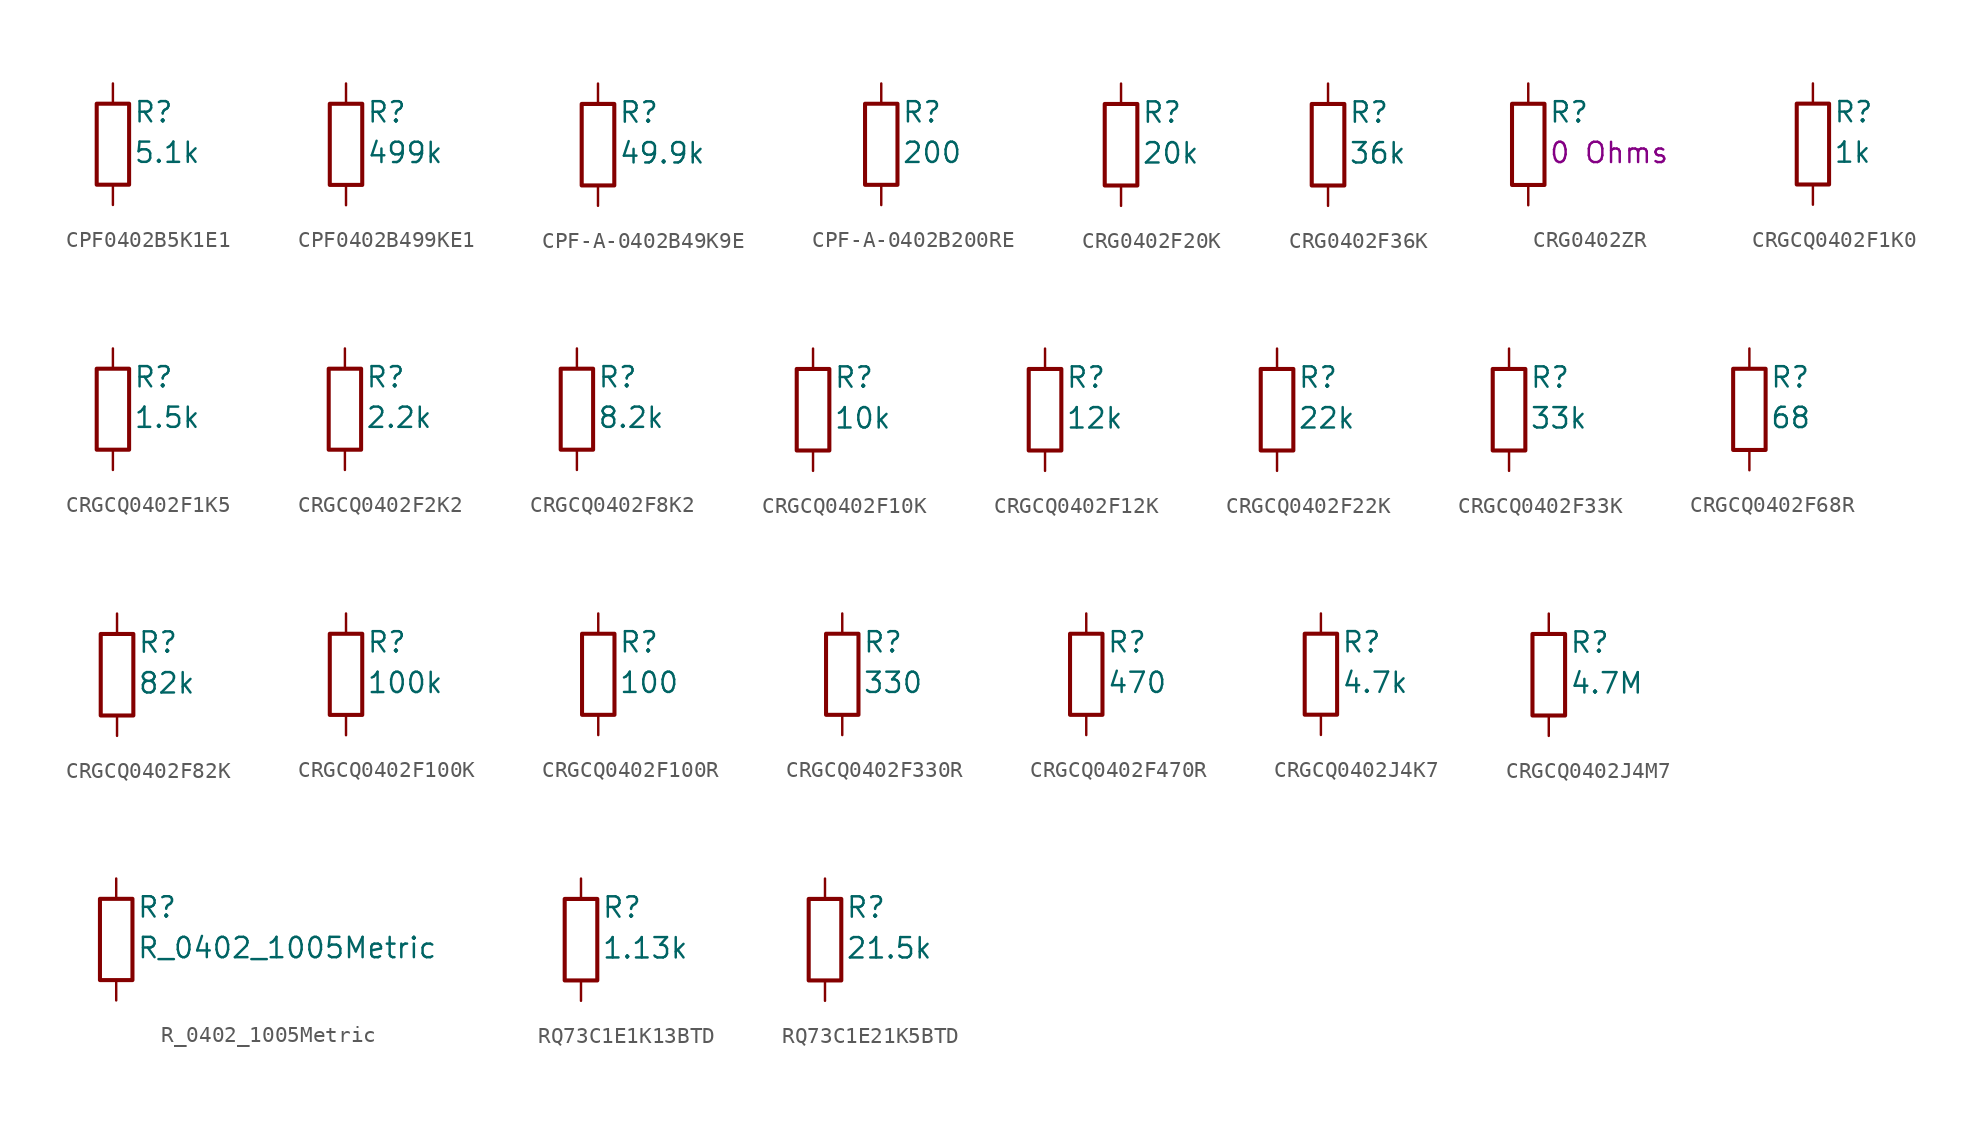
<source format=kicad_sym>
(kicad_symbol_lib
  (version 20220914)
  (generator kicad_symbol_editor)
  (symbol "CPF0402B5K1E1"
    (pin_numbers hide)
    (pin_names
      (offset 1.016))
    (property "Reference" "R"
      (at -1.27 1.27 0)
      (effects (font (size 1.27 1.27)) (justify left bottom)))
    (property "Value" "5.1k"
      (at -1.27 -1.27 0)
      (effects (font (size 1.27 1.27)) (justify left bottom)))
    (symbol "CPF0402B5K1E1_0_1"
      (polyline (pts (xy -3.556 2.54) (xy -1.524 2.54) (xy -1.524 -2.54) (xy -3.556 -2.54) (xy -3.556 2.54)) (stroke (width 0.254) (type solid)) (fill (type none))))
    (symbol "CPF0402B5K1E1_1_1"
      (pin passive line (at -2.54 3.81 270) (length 1.27) (name "~" (effects (font (size 1.27 1.27)))) (number "1" (effects (font (size 1.27 1.27)))))
      (pin passive line (at -2.54 -3.81 90) (length 1.27) (name "~" (effects (font (size 1.27 1.27)))) (number "2" (effects (font (size 1.27 1.27)))))))
  (symbol "CPF0402B499KE1"
    (pin_numbers hide)
    (pin_names
      (offset 1.016))
    (property "Reference" "R"
      (at -1.27 1.27 0)
      (effects (font (size 1.27 1.27)) (justify left bottom)))
    (property "Value" "499k"
      (at -1.27 -1.27 0)
      (effects (font (size 1.27 1.27)) (justify left bottom)))
    (symbol "CPF0402B499KE1_0_1"
      (polyline (pts (xy -3.556 2.54) (xy -1.524 2.54) (xy -1.524 -2.54) (xy -3.556 -2.54) (xy -3.556 2.54)) (stroke (width 0.254) (type solid)) (fill (type none))))
    (symbol "CPF0402B499KE1_1_1"
      (pin passive line (at -2.54 3.81 270) (length 1.27) (name "~" (effects (font (size 1.27 1.27)))) (number "1" (effects (font (size 1.27 1.27)))))
      (pin passive line (at -2.54 -3.81 90) (length 1.27) (name "~" (effects (font (size 1.27 1.27)))) (number "2" (effects (font (size 1.27 1.27)))))))
  (symbol "CPF-A-0402B49K9E"
    (pin_numbers hide)
    (pin_names
      (offset 1.016))
    (property "Reference" "R"
      (at -1.27 1.27 0)
      (effects (font (size 1.27 1.27)) (justify left bottom)))
    (property "Value" "49.9k"
      (at -1.27 -1.27 0)
      (effects (font (size 1.27 1.27)) (justify left bottom)))
    (symbol "CPF-A-0402B49K9E_0_1"
      (polyline (pts (xy -3.556 2.54) (xy -1.524 2.54) (xy -1.524 -2.54) (xy -3.556 -2.54) (xy -3.556 2.54)) (stroke (width 0.254) (type solid)) (fill (type none))))
    (symbol "CPF-A-0402B49K9E_1_1"
      (pin passive line (at -2.54 3.81 270) (length 1.27) (name "~" (effects (font (size 1.27 1.27)))) (number "1" (effects (font (size 1.27 1.27)))))
      (pin passive line (at -2.54 -3.81 90) (length 1.27) (name "~" (effects (font (size 1.27 1.27)))) (number "2" (effects (font (size 1.27 1.27)))))))
  (symbol "CPF-A-0402B200RE"
    (pin_numbers hide)
    (pin_names
      (offset 1.016))
    (property "Reference" "R"
      (at -1.27 1.27 0)
      (effects (font (size 1.27 1.27)) (justify left bottom)))
    (property "Value" "200"
      (at -1.27 -1.27 0)
      (effects (font (size 1.27 1.27)) (justify left bottom)))
    (symbol "CPF-A-0402B200RE_0_1"
      (polyline (pts (xy -3.556 2.54) (xy -1.524 2.54) (xy -1.524 -2.54) (xy -3.556 -2.54) (xy -3.556 2.54)) (stroke (width 0.254) (type solid)) (fill (type none))))
    (symbol "CPF-A-0402B200RE_1_1"
      (pin passive line (at -2.54 3.81 270) (length 1.27) (name "~" (effects (font (size 1.27 1.27)))) (number "1" (effects (font (size 1.27 1.27)))))
      (pin passive line (at -2.54 -3.81 90) (length 1.27) (name "~" (effects (font (size 1.27 1.27)))) (number "2" (effects (font (size 1.27 1.27)))))))
  (symbol "CRG0402F20K"
    (pin_numbers hide)
    (pin_names
      (offset 1.016))
    (property "Reference" "R"
      (at -1.27 1.27 0)
      (effects (font (size 1.27 1.27)) (justify left bottom)))
    (property "Value" "20k"
      (at -1.27 -1.27 0)
      (effects (font (size 1.27 1.27)) (justify left bottom)))
    (symbol "CRG0402F20K_0_1"
      (polyline (pts (xy -3.556 2.54) (xy -1.524 2.54) (xy -1.524 -2.54) (xy -3.556 -2.54) (xy -3.556 2.54)) (stroke (width 0.254) (type solid)) (fill (type none))))
    (symbol "CRG0402F20K_1_1"
      (pin passive line (at -2.54 3.81 270) (length 1.27) (name "~" (effects (font (size 1.27 1.27)))) (number "1" (effects (font (size 1.27 1.27)))))
      (pin passive line (at -2.54 -3.81 90) (length 1.27) (name "~" (effects (font (size 1.27 1.27)))) (number "2" (effects (font (size 1.27 1.27)))))))
  (symbol "CRG0402F36K"
    (pin_numbers hide)
    (pin_names
      (offset 1.016))
    (property "Reference" "R"
      (at -1.27 1.27 0)
      (effects (font (size 1.27 1.27)) (justify left bottom)))
    (property "Value" "36k"
      (at -1.27 -1.27 0)
      (effects (font (size 1.27 1.27)) (justify left bottom)))
    (symbol "CRG0402F36K_0_1"
      (polyline (pts (xy -3.556 2.54) (xy -1.524 2.54) (xy -1.524 -2.54) (xy -3.556 -2.54) (xy -3.556 2.54)) (stroke (width 0.254) (type solid)) (fill (type none))))
    (symbol "CRG0402F36K_1_1"
      (pin passive line (at -2.54 3.81 270) (length 1.27) (name "~" (effects (font (size 1.27 1.27)))) (number "1" (effects (font (size 1.27 1.27)))))
      (pin passive line (at -2.54 -3.81 90) (length 1.27) (name "~" (effects (font (size 1.27 1.27)))) (number "2" (effects (font (size 1.27 1.27)))))))
  (symbol "CRG0402ZR"
    (pin_numbers hide)
    (pin_names
      (offset 1.016))
    (property "Reference" "R"
      (at -1.27 1.27 0)
      (effects (font (size 1.27 1.27)) (justify left bottom)))
    (property "Resistance" "0 Ohms"
      (at -1.27 -1.27 0)
      (effects (font (size 1.27 1.27)) (justify left bottom)))
    (symbol "CRG0402ZR_0_1"
      (polyline (pts (xy -3.556 2.54) (xy -1.524 2.54) (xy -1.524 -2.54) (xy -3.556 -2.54) (xy -3.556 2.54)) (stroke (width 0.254) (type solid)) (fill (type none))))
    (symbol "CRG0402ZR_1_1"
      (pin passive line (at -2.54 3.81 270) (length 1.27) (name "~" (effects (font (size 1.27 1.27)))) (number "1" (effects (font (size 1.27 1.27)))))
      (pin passive line (at -2.54 -3.81 90) (length 1.27) (name "~" (effects (font (size 1.27 1.27)))) (number "2" (effects (font (size 1.27 1.27)))))))
  (symbol "CRGCQ0402F1K0"
    (pin_numbers hide)
    (pin_names
      (offset 1.016))
    (property "Reference" "R"
      (at -1.27 1.27 0)
      (effects (font (size 1.27 1.27)) (justify left bottom)))
    (property "Value" "1k"
      (at -1.27 -1.27 0)
      (effects (font (size 1.27 1.27)) (justify left bottom)))
    (symbol "CRGCQ0402F1K0_0_1"
      (polyline (pts (xy -3.556 2.54) (xy -1.524 2.54) (xy -1.524 -2.54) (xy -3.556 -2.54) (xy -3.556 2.54)) (stroke (width 0.254) (type solid)) (fill (type none))))
    (symbol "CRGCQ0402F1K0_1_1"
      (pin passive line (at -2.54 3.81 270) (length 1.27) (name "~" (effects (font (size 1.27 1.27)))) (number "1" (effects (font (size 1.27 1.27)))))
      (pin passive line (at -2.54 -3.81 90) (length 1.27) (name "~" (effects (font (size 1.27 1.27)))) (number "2" (effects (font (size 1.27 1.27)))))))
  (symbol "CRGCQ0402F1K5"
    (pin_numbers hide)
    (pin_names
      (offset 1.016))
    (property "Reference" "R"
      (at -1.27 1.27 0)
      (effects (font (size 1.27 1.27)) (justify left bottom)))
    (property "Value" "1.5k"
      (at -1.27 -1.27 0)
      (effects (font (size 1.27 1.27)) (justify left bottom)))
    (symbol "CRGCQ0402F1K5_0_1"
      (polyline (pts (xy -3.556 2.54) (xy -1.524 2.54) (xy -1.524 -2.54) (xy -3.556 -2.54) (xy -3.556 2.54)) (stroke (width 0.254) (type solid)) (fill (type none))))
    (symbol "CRGCQ0402F1K5_1_1"
      (pin passive line (at -2.54 3.81 270) (length 1.27) (name "~" (effects (font (size 1.27 1.27)))) (number "1" (effects (font (size 1.27 1.27)))))
      (pin passive line (at -2.54 -3.81 90) (length 1.27) (name "~" (effects (font (size 1.27 1.27)))) (number "2" (effects (font (size 1.27 1.27)))))))
  (symbol "CRGCQ0402F2K2"
    (pin_numbers hide)
    (pin_names
      (offset 1.016))
    (property "Reference" "R"
      (at -1.27 1.27 0)
      (effects (font (size 1.27 1.27)) (justify left bottom)))
    (property "Value" "2.2k"
      (at -1.27 -1.27 0)
      (effects (font (size 1.27 1.27)) (justify left bottom)))
    (symbol "CRGCQ0402F2K2_0_1"
      (polyline (pts (xy -3.556 2.54) (xy -1.524 2.54) (xy -1.524 -2.54) (xy -3.556 -2.54) (xy -3.556 2.54)) (stroke (width 0.254) (type solid)) (fill (type none))))
    (symbol "CRGCQ0402F2K2_1_1"
      (pin passive line (at -2.54 3.81 270) (length 1.27) (name "~" (effects (font (size 1.27 1.27)))) (number "1" (effects (font (size 1.27 1.27)))))
      (pin passive line (at -2.54 -3.81 90) (length 1.27) (name "~" (effects (font (size 1.27 1.27)))) (number "2" (effects (font (size 1.27 1.27)))))))
  (symbol "CRGCQ0402F8K2"
    (pin_numbers hide)
    (pin_names
      (offset 1.016))
    (property "Reference" "R"
      (at -1.27 1.27 0)
      (effects (font (size 1.27 1.27)) (justify left bottom)))
    (property "Value" "8.2k"
      (at -1.27 -1.27 0)
      (effects (font (size 1.27 1.27)) (justify left bottom)))
    (symbol "CRGCQ0402F8K2_0_1"
      (polyline (pts (xy -3.556 2.54) (xy -1.524 2.54) (xy -1.524 -2.54) (xy -3.556 -2.54) (xy -3.556 2.54)) (stroke (width 0.254) (type solid)) (fill (type none))))
    (symbol "CRGCQ0402F8K2_1_1"
      (pin passive line (at -2.54 3.81 270) (length 1.27) (name "~" (effects (font (size 1.27 1.27)))) (number "1" (effects (font (size 1.27 1.27)))))
      (pin passive line (at -2.54 -3.81 90) (length 1.27) (name "~" (effects (font (size 1.27 1.27)))) (number "2" (effects (font (size 1.27 1.27)))))))
  (symbol "CRGCQ0402F10K"
    (pin_numbers hide)
    (pin_names
      (offset 1.016))
    (property "Reference" "R"
      (at -1.27 1.27 0)
      (effects (font (size 1.27 1.27)) (justify left bottom)))
    (property "Value" "10k"
      (at -1.27 -1.27 0)
      (effects (font (size 1.27 1.27)) (justify left bottom)))
    (symbol "CRGCQ0402F10K_0_1"
      (polyline (pts (xy -3.556 2.54) (xy -1.524 2.54) (xy -1.524 -2.54) (xy -3.556 -2.54) (xy -3.556 2.54)) (stroke (width 0.254) (type solid)) (fill (type none))))
    (symbol "CRGCQ0402F10K_1_1"
      (pin passive line (at -2.54 3.81 270) (length 1.27) (name "~" (effects (font (size 1.27 1.27)))) (number "1" (effects (font (size 1.27 1.27)))))
      (pin passive line (at -2.54 -3.81 90) (length 1.27) (name "~" (effects (font (size 1.27 1.27)))) (number "2" (effects (font (size 1.27 1.27)))))))
  (symbol "CRGCQ0402F12K"
    (pin_numbers hide)
    (pin_names
      (offset 1.016))
    (property "Reference" "R"
      (at -1.27 1.27 0)
      (effects (font (size 1.27 1.27)) (justify left bottom)))
    (property "Value" "12k"
      (at -1.27 -1.27 0)
      (effects (font (size 1.27 1.27)) (justify left bottom)))
    (symbol "CRGCQ0402F12K_0_1"
      (polyline (pts (xy -3.556 2.54) (xy -1.524 2.54) (xy -1.524 -2.54) (xy -3.556 -2.54) (xy -3.556 2.54)) (stroke (width 0.254) (type solid)) (fill (type none))))
    (symbol "CRGCQ0402F12K_1_1"
      (pin passive line (at -2.54 3.81 270) (length 1.27) (name "~" (effects (font (size 1.27 1.27)))) (number "1" (effects (font (size 1.27 1.27)))))
      (pin passive line (at -2.54 -3.81 90) (length 1.27) (name "~" (effects (font (size 1.27 1.27)))) (number "2" (effects (font (size 1.27 1.27)))))))
  (symbol "CRGCQ0402F22K"
    (pin_numbers hide)
    (pin_names
      (offset 1.016))
    (property "Reference" "R"
      (at -1.27 1.27 0)
      (effects (font (size 1.27 1.27)) (justify left bottom)))
    (property "Value" "22k"
      (at -1.27 -1.27 0)
      (effects (font (size 1.27 1.27)) (justify left bottom)))
    (symbol "CRGCQ0402F22K_0_1"
      (polyline (pts (xy -3.556 2.54) (xy -1.524 2.54) (xy -1.524 -2.54) (xy -3.556 -2.54) (xy -3.556 2.54)) (stroke (width 0.254) (type solid)) (fill (type none))))
    (symbol "CRGCQ0402F22K_1_1"
      (pin passive line (at -2.54 3.81 270) (length 1.27) (name "~" (effects (font (size 1.27 1.27)))) (number "1" (effects (font (size 1.27 1.27)))))
      (pin passive line (at -2.54 -3.81 90) (length 1.27) (name "~" (effects (font (size 1.27 1.27)))) (number "2" (effects (font (size 1.27 1.27)))))))
  (symbol "CRGCQ0402F33K"
    (pin_numbers hide)
    (pin_names
      (offset 1.016))
    (property "Reference" "R"
      (at -1.27 1.27 0)
      (effects (font (size 1.27 1.27)) (justify left bottom)))
    (property "Value" "33k"
      (at -1.27 -1.27 0)
      (effects (font (size 1.27 1.27)) (justify left bottom)))
    (symbol "CRGCQ0402F33K_0_1"
      (polyline (pts (xy -3.556 2.54) (xy -1.524 2.54) (xy -1.524 -2.54) (xy -3.556 -2.54) (xy -3.556 2.54)) (stroke (width 0.254) (type solid)) (fill (type none))))
    (symbol "CRGCQ0402F33K_1_1"
      (pin passive line (at -2.54 3.81 270) (length 1.27) (name "~" (effects (font (size 1.27 1.27)))) (number "1" (effects (font (size 1.27 1.27)))))
      (pin passive line (at -2.54 -3.81 90) (length 1.27) (name "~" (effects (font (size 1.27 1.27)))) (number "2" (effects (font (size 1.27 1.27)))))))
  (symbol "CRGCQ0402F68R"
    (pin_numbers hide)
    (pin_names
      (offset 1.016))
    (property "Reference" "R"
      (at -1.27 1.27 0)
      (effects (font (size 1.27 1.27)) (justify left bottom)))
    (property "Value" "68"
      (at -1.27 -1.27 0)
      (effects (font (size 1.27 1.27)) (justify left bottom)))
    (symbol "CRGCQ0402F68R_0_1"
      (polyline (pts (xy -3.556 2.54) (xy -1.524 2.54) (xy -1.524 -2.54) (xy -3.556 -2.54) (xy -3.556 2.54)) (stroke (width 0.254) (type solid)) (fill (type none))))
    (symbol "CRGCQ0402F68R_1_1"
      (pin passive line (at -2.54 3.81 270) (length 1.27) (name "~" (effects (font (size 1.27 1.27)))) (number "1" (effects (font (size 1.27 1.27)))))
      (pin passive line (at -2.54 -3.81 90) (length 1.27) (name "~" (effects (font (size 1.27 1.27)))) (number "2" (effects (font (size 1.27 1.27)))))))
  (symbol "CRGCQ0402F82K"
    (pin_numbers hide)
    (pin_names
      (offset 1.016))
    (property "Reference" "R"
      (at -1.27 1.27 0)
      (effects (font (size 1.27 1.27)) (justify left bottom)))
    (property "Value" "82k"
      (at -1.27 -1.27 0)
      (effects (font (size 1.27 1.27)) (justify left bottom)))
    (symbol "CRGCQ0402F82K_0_1"
      (polyline (pts (xy -3.556 2.54) (xy -1.524 2.54) (xy -1.524 -2.54) (xy -3.556 -2.54) (xy -3.556 2.54)) (stroke (width 0.254) (type solid)) (fill (type none))))
    (symbol "CRGCQ0402F82K_1_1"
      (pin passive line (at -2.54 3.81 270) (length 1.27) (name "~" (effects (font (size 1.27 1.27)))) (number "1" (effects (font (size 1.27 1.27)))))
      (pin passive line (at -2.54 -3.81 90) (length 1.27) (name "~" (effects (font (size 1.27 1.27)))) (number "2" (effects (font (size 1.27 1.27)))))))
  (symbol "CRGCQ0402F100K"
    (pin_numbers hide)
    (pin_names
      (offset 1.016))
    (property "Reference" "R"
      (at -1.27 1.27 0)
      (effects (font (size 1.27 1.27)) (justify left bottom)))
    (property "Value" "100k"
      (at -1.27 -1.27 0)
      (effects (font (size 1.27 1.27)) (justify left bottom)))
    (symbol "CRGCQ0402F100K_0_1"
      (polyline (pts (xy -3.556 2.54) (xy -1.524 2.54) (xy -1.524 -2.54) (xy -3.556 -2.54) (xy -3.556 2.54)) (stroke (width 0.254) (type solid)) (fill (type none))))
    (symbol "CRGCQ0402F100K_1_1"
      (pin passive line (at -2.54 3.81 270) (length 1.27) (name "~" (effects (font (size 1.27 1.27)))) (number "1" (effects (font (size 1.27 1.27)))))
      (pin passive line (at -2.54 -3.81 90) (length 1.27) (name "~" (effects (font (size 1.27 1.27)))) (number "2" (effects (font (size 1.27 1.27)))))))
  (symbol "CRGCQ0402F100R"
    (pin_numbers hide)
    (pin_names
      (offset 1.016))
    (property "Reference" "R"
      (at -1.27 1.27 0)
      (effects (font (size 1.27 1.27)) (justify left bottom)))
    (property "Value" "100"
      (at -1.27 -1.27 0)
      (effects (font (size 1.27 1.27)) (justify left bottom)))
    (symbol "CRGCQ0402F100R_0_1"
      (polyline (pts (xy -3.556 2.54) (xy -1.524 2.54) (xy -1.524 -2.54) (xy -3.556 -2.54) (xy -3.556 2.54)) (stroke (width 0.254) (type solid)) (fill (type none))))
    (symbol "CRGCQ0402F100R_1_1"
      (pin passive line (at -2.54 3.81 270) (length 1.27) (name "~" (effects (font (size 1.27 1.27)))) (number "1" (effects (font (size 1.27 1.27)))))
      (pin passive line (at -2.54 -3.81 90) (length 1.27) (name "~" (effects (font (size 1.27 1.27)))) (number "2" (effects (font (size 1.27 1.27)))))))
  (symbol "CRGCQ0402F330R"
    (pin_numbers hide)
    (pin_names
      (offset 1.016))
    (property "Reference" "R"
      (at -1.27 1.27 0)
      (effects (font (size 1.27 1.27)) (justify left bottom)))
    (property "Value" "330"
      (at -1.27 -1.27 0)
      (effects (font (size 1.27 1.27)) (justify left bottom)))
    (symbol "CRGCQ0402F330R_0_1"
      (polyline (pts (xy -3.556 2.54) (xy -1.524 2.54) (xy -1.524 -2.54) (xy -3.556 -2.54) (xy -3.556 2.54)) (stroke (width 0.254) (type solid)) (fill (type none))))
    (symbol "CRGCQ0402F330R_1_1"
      (pin passive line (at -2.54 3.81 270) (length 1.27) (name "~" (effects (font (size 1.27 1.27)))) (number "1" (effects (font (size 1.27 1.27)))))
      (pin passive line (at -2.54 -3.81 90) (length 1.27) (name "~" (effects (font (size 1.27 1.27)))) (number "2" (effects (font (size 1.27 1.27)))))))
  (symbol "CRGCQ0402F470R"
    (pin_numbers hide)
    (pin_names
      (offset 1.016))
    (property "Reference" "R"
      (at -1.27 1.27 0)
      (effects (font (size 1.27 1.27)) (justify left bottom)))
    (property "Value" "470"
      (at -1.27 -1.27 0)
      (effects (font (size 1.27 1.27)) (justify left bottom)))
    (symbol "CRGCQ0402F470R_0_1"
      (polyline (pts (xy -3.556 2.54) (xy -1.524 2.54) (xy -1.524 -2.54) (xy -3.556 -2.54) (xy -3.556 2.54)) (stroke (width 0.254) (type solid)) (fill (type none))))
    (symbol "CRGCQ0402F470R_1_1"
      (pin passive line (at -2.54 3.81 270) (length 1.27) (name "~" (effects (font (size 1.27 1.27)))) (number "1" (effects (font (size 1.27 1.27)))))
      (pin passive line (at -2.54 -3.81 90) (length 1.27) (name "~" (effects (font (size 1.27 1.27)))) (number "2" (effects (font (size 1.27 1.27)))))))
  (symbol "CRGCQ0402J4K7"
    (pin_numbers hide)
    (pin_names
      (offset 1.016))
    (property "Reference" "R"
      (at -1.27 1.27 0)
      (effects (font (size 1.27 1.27)) (justify left bottom)))
    (property "Value" "4.7k"
      (at -1.27 -1.27 0)
      (effects (font (size 1.27 1.27)) (justify left bottom)))
    (symbol "CRGCQ0402J4K7_0_1"
      (polyline (pts (xy -3.556 2.54) (xy -1.524 2.54) (xy -1.524 -2.54) (xy -3.556 -2.54) (xy -3.556 2.54)) (stroke (width 0.254) (type solid)) (fill (type none))))
    (symbol "CRGCQ0402J4K7_1_1"
      (pin passive line (at -2.54 3.81 270) (length 1.27) (name "~" (effects (font (size 1.27 1.27)))) (number "1" (effects (font (size 1.27 1.27)))))
      (pin passive line (at -2.54 -3.81 90) (length 1.27) (name "~" (effects (font (size 1.27 1.27)))) (number "2" (effects (font (size 1.27 1.27)))))))
  (symbol "CRGCQ0402J4M7"
    (pin_numbers hide)
    (pin_names
      (offset 1.016))
    (property "Reference" "R"
      (at -1.27 1.27 0)
      (effects (font (size 1.27 1.27)) (justify left bottom)))
    (property "Value" "4.7M"
      (at -1.27 -1.27 0)
      (effects (font (size 1.27 1.27)) (justify left bottom)))
    (symbol "CRGCQ0402J4M7_0_1"
      (polyline (pts (xy -3.556 2.54) (xy -1.524 2.54) (xy -1.524 -2.54) (xy -3.556 -2.54) (xy -3.556 2.54)) (stroke (width 0.254) (type solid)) (fill (type none))))
    (symbol "CRGCQ0402J4M7_1_1"
      (pin passive line (at -2.54 3.81 270) (length 1.27) (name "~" (effects (font (size 1.27 1.27)))) (number "1" (effects (font (size 1.27 1.27)))))
      (pin passive line (at -2.54 -3.81 90) (length 1.27) (name "~" (effects (font (size 1.27 1.27)))) (number "2" (effects (font (size 1.27 1.27)))))))
  (symbol "R_0402_1005Metric"
    (pin_numbers hide)
    (pin_names
      (offset 1.016))
    (property "Reference" "R"
      (at -1.27 1.27 0)
      (effects (font (size 1.27 1.27)) (justify left bottom)))
    (property "Value" "R_0402_1005Metric"
      (at -1.27 -1.27 0)
      (effects (font (size 1.27 1.27)) (justify left bottom)))
    (symbol "R_0402_1005Metric_0_1"
      (polyline (pts (xy -3.556 2.54) (xy -1.524 2.54) (xy -1.524 -2.54) (xy -3.556 -2.54) (xy -3.556 2.54)) (stroke (width 0.254) (type solid)) (fill (type none))))
    (symbol "R_0402_1005Metric_1_1"
      (pin passive line (at -2.54 3.81 270) (length 1.27) (name "~" (effects (font (size 1.27 1.27)))) (number "1" (effects (font (size 1.27 1.27)))))
      (pin passive line (at -2.54 -3.81 90) (length 1.27) (name "~" (effects (font (size 1.27 1.27)))) (number "2" (effects (font (size 1.27 1.27)))))))
  (symbol "RQ73C1E1K13BTD"
    (pin_numbers hide)
    (pin_names
      (offset 1.016))
    (property "Reference" "R"
      (at -1.27 1.27 0)
      (effects (font (size 1.27 1.27)) (justify left bottom)))
    (property "Value" "1.13k"
      (at -1.27 -1.27 0)
      (effects (font (size 1.27 1.27)) (justify left bottom)))
    (symbol "RQ73C1E1K13BTD_0_1"
      (polyline (pts (xy -3.556 2.54) (xy -1.524 2.54) (xy -1.524 -2.54) (xy -3.556 -2.54) (xy -3.556 2.54)) (stroke (width 0.254) (type solid)) (fill (type none))))
    (symbol "RQ73C1E1K13BTD_1_1"
      (pin passive line (at -2.54 3.81 270) (length 1.27) (name "~" (effects (font (size 1.27 1.27)))) (number "1" (effects (font (size 1.27 1.27)))))
      (pin passive line (at -2.54 -3.81 90) (length 1.27) (name "~" (effects (font (size 1.27 1.27)))) (number "2" (effects (font (size 1.27 1.27)))))))
  (symbol "RQ73C1E21K5BTD"
    (pin_numbers hide)
    (pin_names
      (offset 1.016))
    (property "Reference" "R"
      (at -1.27 1.27 0)
      (effects (font (size 1.27 1.27)) (justify left bottom)))
    (property "Value" "21.5k"
      (at -1.27 -1.27 0)
      (effects (font (size 1.27 1.27)) (justify left bottom)))
    (symbol "RQ73C1E21K5BTD_0_1"
      (polyline (pts (xy -3.556 2.54) (xy -1.524 2.54) (xy -1.524 -2.54) (xy -3.556 -2.54) (xy -3.556 2.54)) (stroke (width 0.254) (type solid)) (fill (type none))))
    (symbol "RQ73C1E21K5BTD_1_1"
      (pin passive line (at -2.54 3.81 270) (length 1.27) (name "~" (effects (font (size 1.27 1.27)))) (number "1" (effects (font (size 1.27 1.27)))))
      (pin passive line (at -2.54 -3.81 90) (length 1.27) (name "~" (effects (font (size 1.27 1.27)))) (number "2" (effects (font (size 1.27 1.27))))))))
</source>
